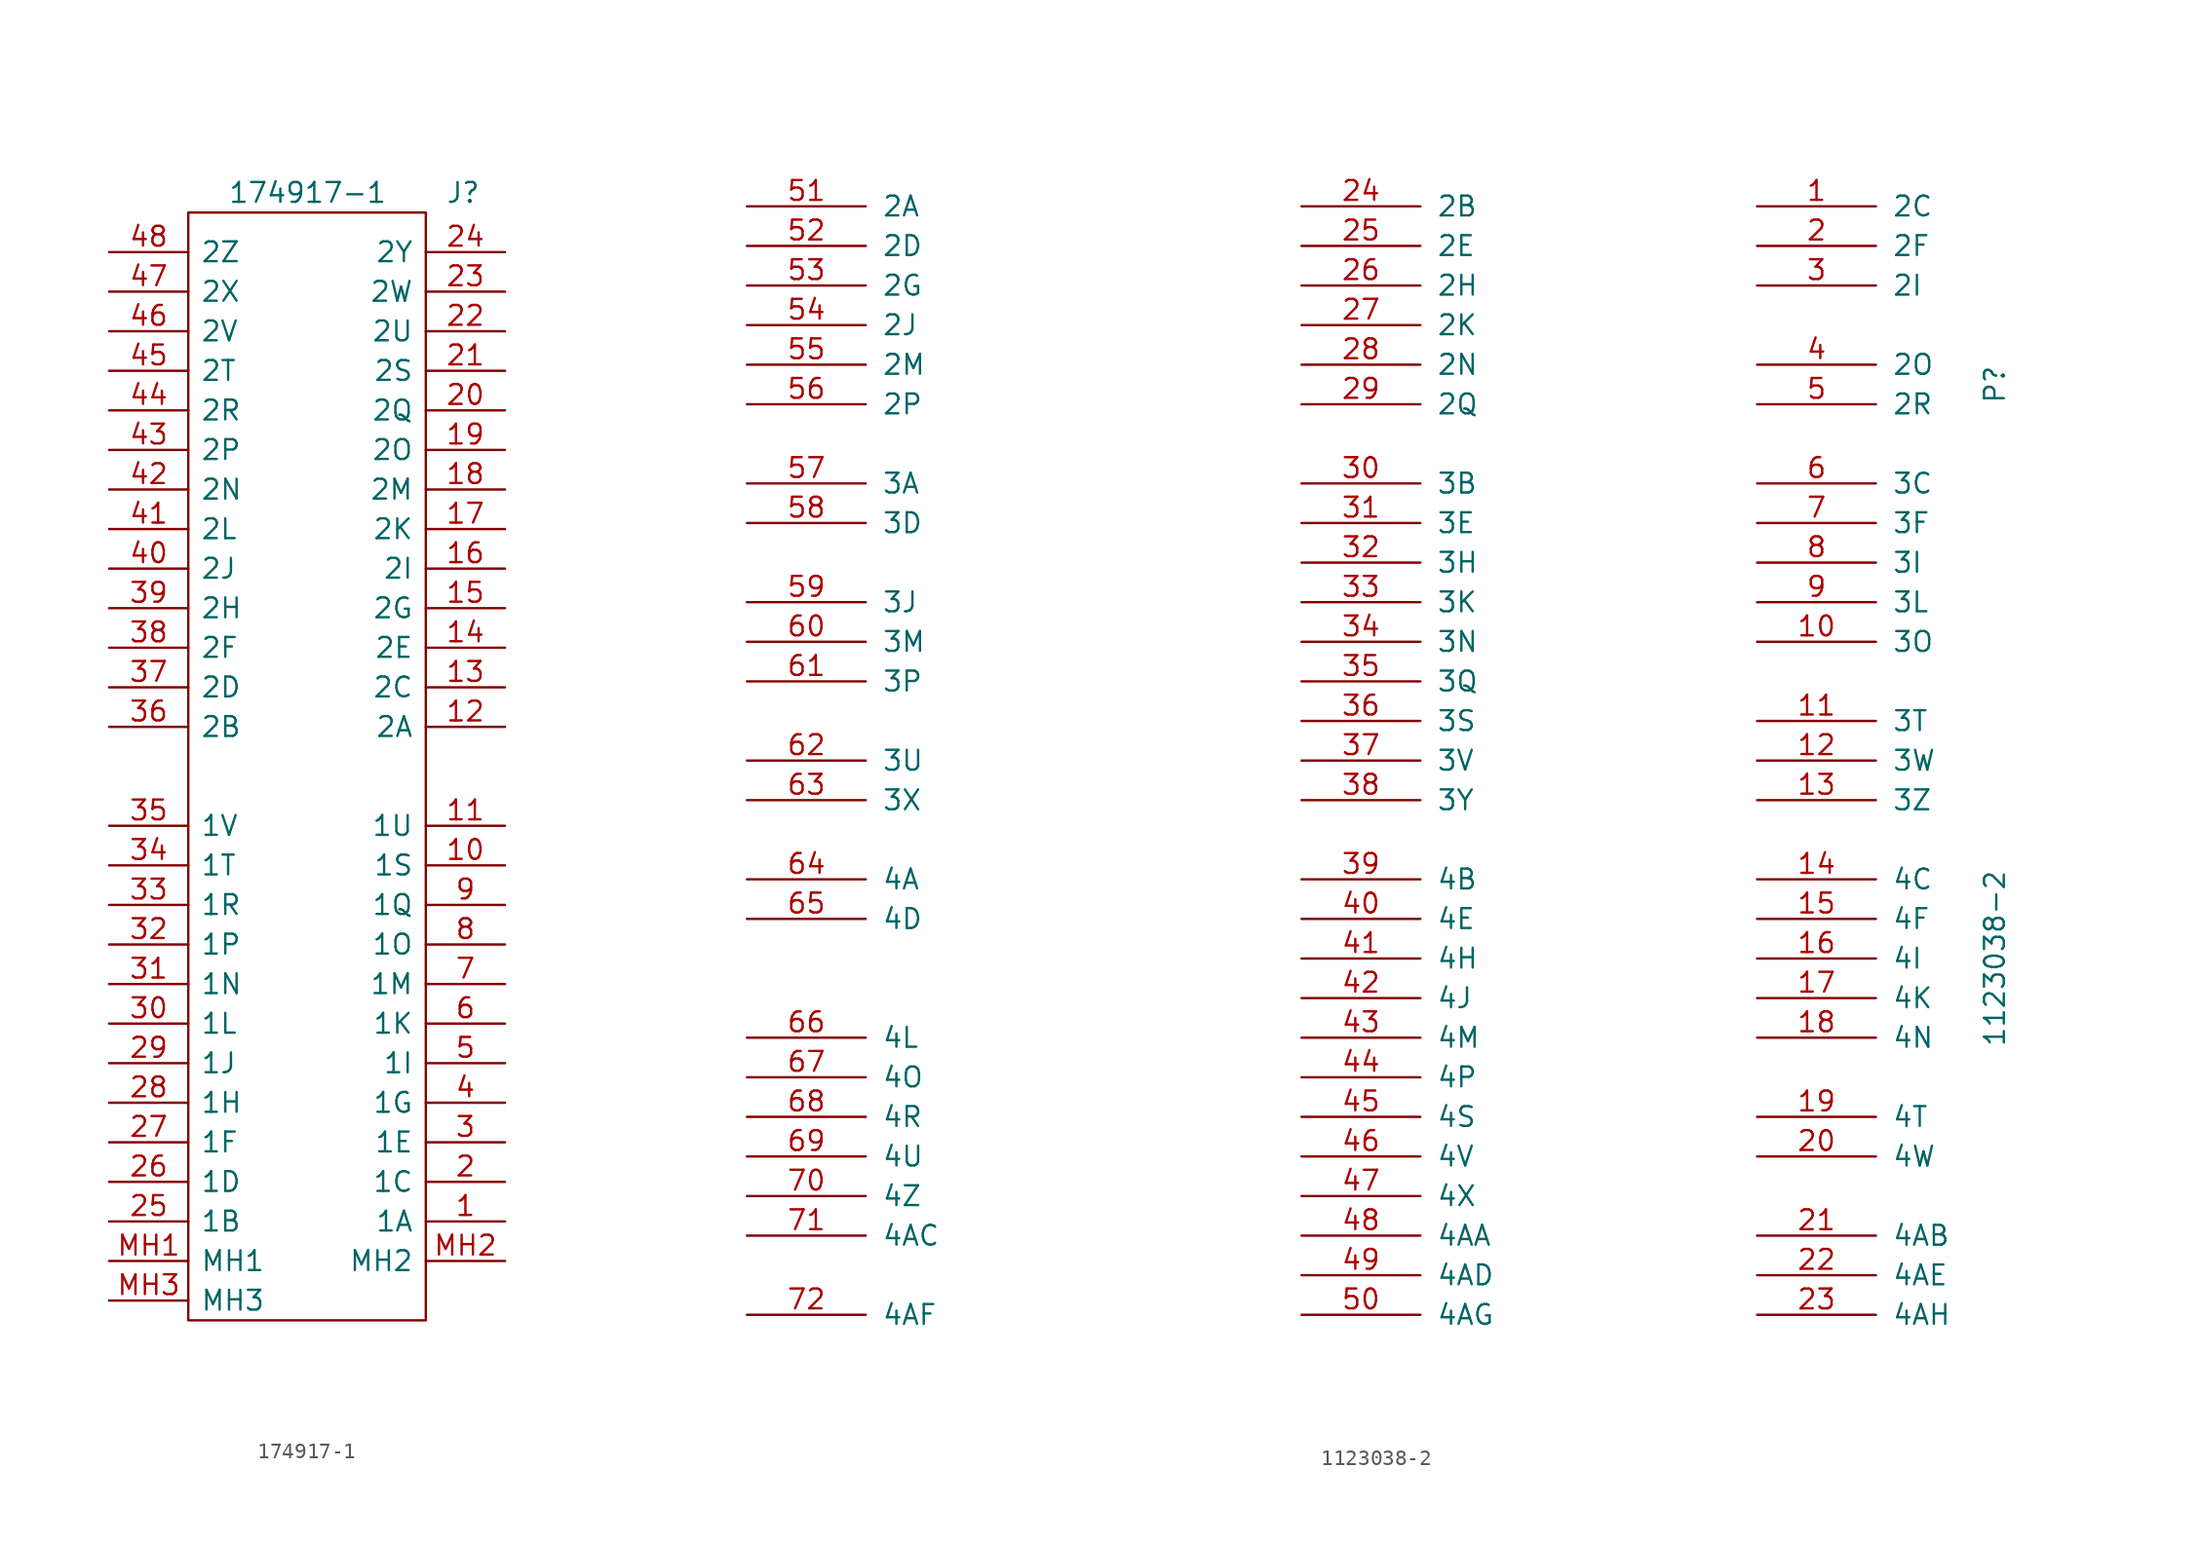
<source format=kicad_sym>
(kicad_symbol_lib
  (version 20220914)
  (generator kicad_symbol_editor)
  (symbol "174917-1"
    (pin_names
      (offset 0.762))
    (property "Reference" "J"
      (at 40.64 -6.35 0)
      (effects (font (size 1.27 1.27)) (justify left)))
    (property "Value" "174917-1"
      (at 26.67 -6.35 0)
      (effects (font (size 1.27 1.27)) (justify left)))
    (symbol "174917-1_0_0"
      (pin bidirectional line (at 44.45 -72.39 180) (length 5.08) (name "1A" (effects (font (size 1.27 1.27)))) (number "1" (effects (font (size 1.27 1.27)))))
      (pin bidirectional line (at 44.45 -49.53 180) (length 5.08) (name "1S" (effects (font (size 1.27 1.27)))) (number "10" (effects (font (size 1.27 1.27)))))
      (pin bidirectional line (at 44.45 -46.99 180) (length 5.08) (name "1U" (effects (font (size 1.27 1.27)))) (number "11" (effects (font (size 1.27 1.27)))))
      (pin bidirectional line (at 44.45 -40.64 180) (length 5.08) (name "2A" (effects (font (size 1.27 1.27)))) (number "12" (effects (font (size 1.27 1.27)))))
      (pin bidirectional line (at 44.45 -38.1 180) (length 5.08) (name "2C" (effects (font (size 1.27 1.27)))) (number "13" (effects (font (size 1.27 1.27)))))
      (pin bidirectional line (at 44.45 -35.56 180) (length 5.08) (name "2E" (effects (font (size 1.27 1.27)))) (number "14" (effects (font (size 1.27 1.27)))))
      (pin bidirectional line (at 44.45 -33.02 180) (length 5.08) (name "2G" (effects (font (size 1.27 1.27)))) (number "15" (effects (font (size 1.27 1.27)))))
      (pin bidirectional line (at 44.45 -30.48 180) (length 5.08) (name "2I" (effects (font (size 1.27 1.27)))) (number "16" (effects (font (size 1.27 1.27)))))
      (pin bidirectional line (at 44.45 -27.94 180) (length 5.08) (name "2K" (effects (font (size 1.27 1.27)))) (number "17" (effects (font (size 1.27 1.27)))))
      (pin bidirectional line (at 44.45 -25.4 180) (length 5.08) (name "2M" (effects (font (size 1.27 1.27)))) (number "18" (effects (font (size 1.27 1.27)))))
      (pin bidirectional line (at 44.45 -22.86 180) (length 5.08) (name "2O" (effects (font (size 1.27 1.27)))) (number "19" (effects (font (size 1.27 1.27)))))
      (pin bidirectional line (at 44.45 -69.85 180) (length 5.08) (name "1C" (effects (font (size 1.27 1.27)))) (number "2" (effects (font (size 1.27 1.27)))))
      (pin bidirectional line (at 44.45 -20.32 180) (length 5.08) (name "2Q" (effects (font (size 1.27 1.27)))) (number "20" (effects (font (size 1.27 1.27)))))
      (pin bidirectional line (at 44.45 -17.78 180) (length 5.08) (name "2S" (effects (font (size 1.27 1.27)))) (number "21" (effects (font (size 1.27 1.27)))))
      (pin bidirectional line (at 44.45 -15.24 180) (length 5.08) (name "2U" (effects (font (size 1.27 1.27)))) (number "22" (effects (font (size 1.27 1.27)))))
      (pin bidirectional line (at 44.45 -12.7 180) (length 5.08) (name "2W" (effects (font (size 1.27 1.27)))) (number "23" (effects (font (size 1.27 1.27)))))
      (pin bidirectional line (at 44.45 -10.16 180) (length 5.08) (name "2Y" (effects (font (size 1.27 1.27)))) (number "24" (effects (font (size 1.27 1.27)))))
      (pin bidirectional line (at 19.05 -72.39 0) (length 5.08) (name "1B" (effects (font (size 1.27 1.27)))) (number "25" (effects (font (size 1.27 1.27)))))
      (pin bidirectional line (at 19.05 -69.85 0) (length 5.08) (name "1D" (effects (font (size 1.27 1.27)))) (number "26" (effects (font (size 1.27 1.27)))))
      (pin bidirectional line (at 19.05 -67.31 0) (length 5.08) (name "1F" (effects (font (size 1.27 1.27)))) (number "27" (effects (font (size 1.27 1.27)))))
      (pin bidirectional line (at 19.05 -64.77 0) (length 5.08) (name "1H" (effects (font (size 1.27 1.27)))) (number "28" (effects (font (size 1.27 1.27)))))
      (pin bidirectional line (at 19.05 -62.23 0) (length 5.08) (name "1J" (effects (font (size 1.27 1.27)))) (number "29" (effects (font (size 1.27 1.27)))))
      (pin bidirectional line (at 44.45 -67.31 180) (length 5.08) (name "1E" (effects (font (size 1.27 1.27)))) (number "3" (effects (font (size 1.27 1.27)))))
      (pin bidirectional line (at 19.05 -59.69 0) (length 5.08) (name "1L" (effects (font (size 1.27 1.27)))) (number "30" (effects (font (size 1.27 1.27)))))
      (pin bidirectional line (at 19.05 -57.15 0) (length 5.08) (name "1N" (effects (font (size 1.27 1.27)))) (number "31" (effects (font (size 1.27 1.27)))))
      (pin bidirectional line (at 19.05 -54.61 0) (length 5.08) (name "1P" (effects (font (size 1.27 1.27)))) (number "32" (effects (font (size 1.27 1.27)))))
      (pin bidirectional line (at 19.05 -52.07 0) (length 5.08) (name "1R" (effects (font (size 1.27 1.27)))) (number "33" (effects (font (size 1.27 1.27)))))
      (pin bidirectional line (at 19.05 -49.53 0) (length 5.08) (name "1T" (effects (font (size 1.27 1.27)))) (number "34" (effects (font (size 1.27 1.27)))))
      (pin bidirectional line (at 19.05 -46.99 0) (length 5.08) (name "1V" (effects (font (size 1.27 1.27)))) (number "35" (effects (font (size 1.27 1.27)))))
      (pin bidirectional line (at 19.05 -40.64 0) (length 5.08) (name "2B" (effects (font (size 1.27 1.27)))) (number "36" (effects (font (size 1.27 1.27)))))
      (pin bidirectional line (at 19.05 -38.1 0) (length 5.08) (name "2D" (effects (font (size 1.27 1.27)))) (number "37" (effects (font (size 1.27 1.27)))))
      (pin bidirectional line (at 19.05 -35.56 0) (length 5.08) (name "2F" (effects (font (size 1.27 1.27)))) (number "38" (effects (font (size 1.27 1.27)))))
      (pin bidirectional line (at 19.05 -33.02 0) (length 5.08) (name "2H" (effects (font (size 1.27 1.27)))) (number "39" (effects (font (size 1.27 1.27)))))
      (pin bidirectional line (at 44.45 -64.77 180) (length 5.08) (name "1G" (effects (font (size 1.27 1.27)))) (number "4" (effects (font (size 1.27 1.27)))))
      (pin bidirectional line (at 19.05 -30.48 0) (length 5.08) (name "2J" (effects (font (size 1.27 1.27)))) (number "40" (effects (font (size 1.27 1.27)))))
      (pin bidirectional line (at 19.05 -27.94 0) (length 5.08) (name "2L" (effects (font (size 1.27 1.27)))) (number "41" (effects (font (size 1.27 1.27)))))
      (pin bidirectional line (at 19.05 -25.4 0) (length 5.08) (name "2N" (effects (font (size 1.27 1.27)))) (number "42" (effects (font (size 1.27 1.27)))))
      (pin bidirectional line (at 19.05 -22.86 0) (length 5.08) (name "2P" (effects (font (size 1.27 1.27)))) (number "43" (effects (font (size 1.27 1.27)))))
      (pin bidirectional line (at 19.05 -20.32 0) (length 5.08) (name "2R" (effects (font (size 1.27 1.27)))) (number "44" (effects (font (size 1.27 1.27)))))
      (pin bidirectional line (at 19.05 -17.78 0) (length 5.08) (name "2T" (effects (font (size 1.27 1.27)))) (number "45" (effects (font (size 1.27 1.27)))))
      (pin bidirectional line (at 19.05 -15.24 0) (length 5.08) (name "2V" (effects (font (size 1.27 1.27)))) (number "46" (effects (font (size 1.27 1.27)))))
      (pin bidirectional line (at 19.05 -12.7 0) (length 5.08) (name "2X" (effects (font (size 1.27 1.27)))) (number "47" (effects (font (size 1.27 1.27)))))
      (pin bidirectional line (at 19.05 -10.16 0) (length 5.08) (name "2Z" (effects (font (size 1.27 1.27)))) (number "48" (effects (font (size 1.27 1.27)))))
      (pin bidirectional line (at 44.45 -62.23 180) (length 5.08) (name "1I" (effects (font (size 1.27 1.27)))) (number "5" (effects (font (size 1.27 1.27)))))
      (pin bidirectional line (at 44.45 -59.69 180) (length 5.08) (name "1K" (effects (font (size 1.27 1.27)))) (number "6" (effects (font (size 1.27 1.27)))))
      (pin bidirectional line (at 44.45 -57.15 180) (length 5.08) (name "1M" (effects (font (size 1.27 1.27)))) (number "7" (effects (font (size 1.27 1.27)))))
      (pin bidirectional line (at 44.45 -54.61 180) (length 5.08) (name "1O" (effects (font (size 1.27 1.27)))) (number "8" (effects (font (size 1.27 1.27)))))
      (pin bidirectional line (at 44.45 -52.07 180) (length 5.08) (name "1Q" (effects (font (size 1.27 1.27)))) (number "9" (effects (font (size 1.27 1.27)))))
      (pin bidirectional line (at 19.05 -74.93 0) (length 5.08) (name "MH1" (effects (font (size 1.27 1.27)))) (number "MH1" (effects (font (size 1.27 1.27)))))
      (pin bidirectional line (at 44.45 -74.93 180) (length 5.08) (name "MH2" (effects (font (size 1.27 1.27)))) (number "MH2" (effects (font (size 1.27 1.27)))))
      (pin bidirectional line (at 19.05 -77.47 0) (length 5.08) (name "MH3" (effects (font (size 1.27 1.27)))) (number "MH3" (effects (font (size 1.27 1.27))))))
    (symbol "174917-1_0_1"
      (polyline (pts (xy 24.13 -7.62) (xy 39.37 -7.62) (xy 39.37 -78.74) (xy 24.13 -78.74) (xy 24.13 -7.62)) (stroke (width 0.152) (type default)) (fill (type none)))))
  (symbol "1123038-2"
    (pin_names
      (offset 1.016))
    (property "Reference" "P"
      (at 44.45 29.21 90)
      (effects (font (size 1.27 1.27))))
    (property "Value" "1123038-2"
      (at 44.45 -7.62 90)
      (effects (font (size 1.27 1.27))))
    (symbol "1123038-2_1_1"
      (pin passive line (at 29.21 40.64 0) (length 7.62) (name "2C" (effects (font (size 1.27 1.27)))) (number "1" (effects (font (size 1.27 1.27)))))
      (pin passive line (at 29.21 12.7 0) (length 7.62) (name "3O" (effects (font (size 1.27 1.27)))) (number "10" (effects (font (size 1.27 1.27)))))
      (pin passive line (at 29.21 7.62 0) (length 7.62) (name "3T" (effects (font (size 1.27 1.27)))) (number "11" (effects (font (size 1.27 1.27)))))
      (pin passive line (at 29.21 5.08 0) (length 7.62) (name "3W" (effects (font (size 1.27 1.27)))) (number "12" (effects (font (size 1.27 1.27)))))
      (pin passive line (at 29.21 2.54 0) (length 7.62) (name "3Z" (effects (font (size 1.27 1.27)))) (number "13" (effects (font (size 1.27 1.27)))))
      (pin passive line (at 29.21 -2.54 0) (length 7.62) (name "4C" (effects (font (size 1.27 1.27)))) (number "14" (effects (font (size 1.27 1.27)))))
      (pin passive line (at 29.21 -5.08 0) (length 7.62) (name "4F" (effects (font (size 1.27 1.27)))) (number "15" (effects (font (size 1.27 1.27)))))
      (pin passive line (at 29.21 -7.62 0) (length 7.62) (name "4I" (effects (font (size 1.27 1.27)))) (number "16" (effects (font (size 1.27 1.27)))))
      (pin passive line (at 29.21 -10.16 0) (length 7.62) (name "4K" (effects (font (size 1.27 1.27)))) (number "17" (effects (font (size 1.27 1.27)))))
      (pin passive line (at 29.21 -12.7 0) (length 7.62) (name "4N" (effects (font (size 1.27 1.27)))) (number "18" (effects (font (size 1.27 1.27)))))
      (pin passive line (at 29.21 -17.78 0) (length 7.62) (name "4T" (effects (font (size 1.27 1.27)))) (number "19" (effects (font (size 1.27 1.27)))))
      (pin passive line (at 29.21 38.1 0) (length 7.62) (name "2F" (effects (font (size 1.27 1.27)))) (number "2" (effects (font (size 1.27 1.27)))))
      (pin passive line (at 29.21 -20.32 0) (length 7.62) (name "4W" (effects (font (size 1.27 1.27)))) (number "20" (effects (font (size 1.27 1.27)))))
      (pin passive line (at 29.21 -25.4 0) (length 7.62) (name "4AB" (effects (font (size 1.27 1.27)))) (number "21" (effects (font (size 1.27 1.27)))))
      (pin passive line (at 29.21 -27.94 0) (length 7.62) (name "4AE" (effects (font (size 1.27 1.27)))) (number "22" (effects (font (size 1.27 1.27)))))
      (pin passive line (at 29.21 -30.48 0) (length 7.62) (name "4AH" (effects (font (size 1.27 1.27)))) (number "23" (effects (font (size 1.27 1.27)))))
      (pin passive line (at 0 40.64 0) (length 7.62) (name "2B" (effects (font (size 1.27 1.27)))) (number "24" (effects (font (size 1.27 1.27)))))
      (pin passive line (at 0 38.1 0) (length 7.62) (name "2E" (effects (font (size 1.27 1.27)))) (number "25" (effects (font (size 1.27 1.27)))))
      (pin passive line (at 0 35.56 0) (length 7.62) (name "2H" (effects (font (size 1.27 1.27)))) (number "26" (effects (font (size 1.27 1.27)))))
      (pin passive line (at 0 33.02 0) (length 7.62) (name "2K" (effects (font (size 1.27 1.27)))) (number "27" (effects (font (size 1.27 1.27)))))
      (pin passive line (at 0 30.48 0) (length 7.62) (name "2N" (effects (font (size 1.27 1.27)))) (number "28" (effects (font (size 1.27 1.27)))))
      (pin passive line (at 0 27.94 0) (length 7.62) (name "2Q" (effects (font (size 1.27 1.27)))) (number "29" (effects (font (size 1.27 1.27)))))
      (pin passive line (at 29.21 35.56 0) (length 7.62) (name "2I" (effects (font (size 1.27 1.27)))) (number "3" (effects (font (size 1.27 1.27)))))
      (pin passive line (at 0 22.86 0) (length 7.62) (name "3B" (effects (font (size 1.27 1.27)))) (number "30" (effects (font (size 1.27 1.27)))))
      (pin passive line (at 0 20.32 0) (length 7.62) (name "3E" (effects (font (size 1.27 1.27)))) (number "31" (effects (font (size 1.27 1.27)))))
      (pin passive line (at 0 17.78 0) (length 7.62) (name "3H" (effects (font (size 1.27 1.27)))) (number "32" (effects (font (size 1.27 1.27)))))
      (pin passive line (at 0 15.24 0) (length 7.62) (name "3K" (effects (font (size 1.27 1.27)))) (number "33" (effects (font (size 1.27 1.27)))))
      (pin passive line (at 0 12.7 0) (length 7.62) (name "3N" (effects (font (size 1.27 1.27)))) (number "34" (effects (font (size 1.27 1.27)))))
      (pin passive line (at 0 10.16 0) (length 7.62) (name "3Q" (effects (font (size 1.27 1.27)))) (number "35" (effects (font (size 1.27 1.27)))))
      (pin passive line (at 0 7.62 0) (length 7.62) (name "3S" (effects (font (size 1.27 1.27)))) (number "36" (effects (font (size 1.27 1.27)))))
      (pin passive line (at 0 5.08 0) (length 7.62) (name "3V" (effects (font (size 1.27 1.27)))) (number "37" (effects (font (size 1.27 1.27)))))
      (pin passive line (at 0 2.54 0) (length 7.62) (name "3Y" (effects (font (size 1.27 1.27)))) (number "38" (effects (font (size 1.27 1.27)))))
      (pin passive line (at 0 -2.54 0) (length 7.62) (name "4B" (effects (font (size 1.27 1.27)))) (number "39" (effects (font (size 1.27 1.27)))))
      (pin passive line (at 29.21 30.48 0) (length 7.62) (name "2O" (effects (font (size 1.27 1.27)))) (number "4" (effects (font (size 1.27 1.27)))))
      (pin passive line (at 0 -5.08 0) (length 7.62) (name "4E" (effects (font (size 1.27 1.27)))) (number "40" (effects (font (size 1.27 1.27)))))
      (pin passive line (at 0 -7.62 0) (length 7.62) (name "4H" (effects (font (size 1.27 1.27)))) (number "41" (effects (font (size 1.27 1.27)))))
      (pin passive line (at 0 -10.16 0) (length 7.62) (name "4J" (effects (font (size 1.27 1.27)))) (number "42" (effects (font (size 1.27 1.27)))))
      (pin passive line (at 0 -12.7 0) (length 7.62) (name "4M" (effects (font (size 1.27 1.27)))) (number "43" (effects (font (size 1.27 1.27)))))
      (pin passive line (at 0 -15.24 0) (length 7.62) (name "4P" (effects (font (size 1.27 1.27)))) (number "44" (effects (font (size 1.27 1.27)))))
      (pin passive line (at 0 -17.78 0) (length 7.62) (name "4S" (effects (font (size 1.27 1.27)))) (number "45" (effects (font (size 1.27 1.27)))))
      (pin passive line (at 0 -20.32 0) (length 7.62) (name "4V" (effects (font (size 1.27 1.27)))) (number "46" (effects (font (size 1.27 1.27)))))
      (pin passive line (at 0 -22.86 0) (length 7.62) (name "4X" (effects (font (size 1.27 1.27)))) (number "47" (effects (font (size 1.27 1.27)))))
      (pin passive line (at 0 -25.4 0) (length 7.62) (name "4AA" (effects (font (size 1.27 1.27)))) (number "48" (effects (font (size 1.27 1.27)))))
      (pin passive line (at 0 -27.94 0) (length 7.62) (name "4AD" (effects (font (size 1.27 1.27)))) (number "49" (effects (font (size 1.27 1.27)))))
      (pin passive line (at 29.21 27.94 0) (length 7.62) (name "2R" (effects (font (size 1.27 1.27)))) (number "5" (effects (font (size 1.27 1.27)))))
      (pin passive line (at 0 -30.48 0) (length 7.62) (name "4AG" (effects (font (size 1.27 1.27)))) (number "50" (effects (font (size 1.27 1.27)))))
      (pin passive line (at -35.56 40.64 0) (length 7.62) (name "2A" (effects (font (size 1.27 1.27)))) (number "51" (effects (font (size 1.27 1.27)))))
      (pin passive line (at -35.56 38.1 0) (length 7.62) (name "2D" (effects (font (size 1.27 1.27)))) (number "52" (effects (font (size 1.27 1.27)))))
      (pin passive line (at -35.56 35.56 0) (length 7.62) (name "2G" (effects (font (size 1.27 1.27)))) (number "53" (effects (font (size 1.27 1.27)))))
      (pin passive line (at -35.56 33.02 0) (length 7.62) (name "2J" (effects (font (size 1.27 1.27)))) (number "54" (effects (font (size 1.27 1.27)))))
      (pin passive line (at -35.56 30.48 0) (length 7.62) (name "2M" (effects (font (size 1.27 1.27)))) (number "55" (effects (font (size 1.27 1.27)))))
      (pin passive line (at -35.56 27.94 0) (length 7.62) (name "2P" (effects (font (size 1.27 1.27)))) (number "56" (effects (font (size 1.27 1.27)))))
      (pin passive line (at -35.56 22.86 0) (length 7.62) (name "3A" (effects (font (size 1.27 1.27)))) (number "57" (effects (font (size 1.27 1.27)))))
      (pin passive line (at -35.56 20.32 0) (length 7.62) (name "3D" (effects (font (size 1.27 1.27)))) (number "58" (effects (font (size 1.27 1.27)))))
      (pin passive line (at -35.56 15.24 0) (length 7.62) (name "3J" (effects (font (size 1.27 1.27)))) (number "59" (effects (font (size 1.27 1.27)))))
      (pin passive line (at 29.21 22.86 0) (length 7.62) (name "3C" (effects (font (size 1.27 1.27)))) (number "6" (effects (font (size 1.27 1.27)))))
      (pin passive line (at -35.56 12.7 0) (length 7.62) (name "3M" (effects (font (size 1.27 1.27)))) (number "60" (effects (font (size 1.27 1.27)))))
      (pin passive line (at -35.56 10.16 0) (length 7.62) (name "3P" (effects (font (size 1.27 1.27)))) (number "61" (effects (font (size 1.27 1.27)))))
      (pin passive line (at -35.56 5.08 0) (length 7.62) (name "3U" (effects (font (size 1.27 1.27)))) (number "62" (effects (font (size 1.27 1.27)))))
      (pin passive line (at -35.56 2.54 0) (length 7.62) (name "3X" (effects (font (size 1.27 1.27)))) (number "63" (effects (font (size 1.27 1.27)))))
      (pin passive line (at -35.56 -2.54 0) (length 7.62) (name "4A" (effects (font (size 1.27 1.27)))) (number "64" (effects (font (size 1.27 1.27)))))
      (pin passive line (at -35.56 -5.08 0) (length 7.62) (name "4D" (effects (font (size 1.27 1.27)))) (number "65" (effects (font (size 1.27 1.27)))))
      (pin passive line (at -35.56 -12.7 0) (length 7.62) (name "4L" (effects (font (size 1.27 1.27)))) (number "66" (effects (font (size 1.27 1.27)))))
      (pin passive line (at -35.56 -15.24 0) (length 7.62) (name "4O" (effects (font (size 1.27 1.27)))) (number "67" (effects (font (size 1.27 1.27)))))
      (pin passive line (at -35.56 -17.78 0) (length 7.62) (name "4R" (effects (font (size 1.27 1.27)))) (number "68" (effects (font (size 1.27 1.27)))))
      (pin passive line (at -35.56 -20.32 0) (length 7.62) (name "4U" (effects (font (size 1.27 1.27)))) (number "69" (effects (font (size 1.27 1.27)))))
      (pin passive line (at 29.21 20.32 0) (length 7.62) (name "3F" (effects (font (size 1.27 1.27)))) (number "7" (effects (font (size 1.27 1.27)))))
      (pin passive line (at -35.56 -22.86 0) (length 7.62) (name "4Z" (effects (font (size 1.27 1.27)))) (number "70" (effects (font (size 1.27 1.27)))))
      (pin passive line (at -35.56 -25.4 0) (length 7.62) (name "4AC" (effects (font (size 1.27 1.27)))) (number "71" (effects (font (size 1.27 1.27)))))
      (pin passive line (at -35.56 -30.48 0) (length 7.62) (name "4AF" (effects (font (size 1.27 1.27)))) (number "72" (effects (font (size 1.27 1.27)))))
      (pin passive line (at 29.21 17.78 0) (length 7.62) (name "3I" (effects (font (size 1.27 1.27)))) (number "8" (effects (font (size 1.27 1.27)))))
      (pin passive line (at 29.21 15.24 0) (length 7.62) (name "3L" (effects (font (size 1.27 1.27)))) (number "9" (effects (font (size 1.27 1.27))))))))
</source>
